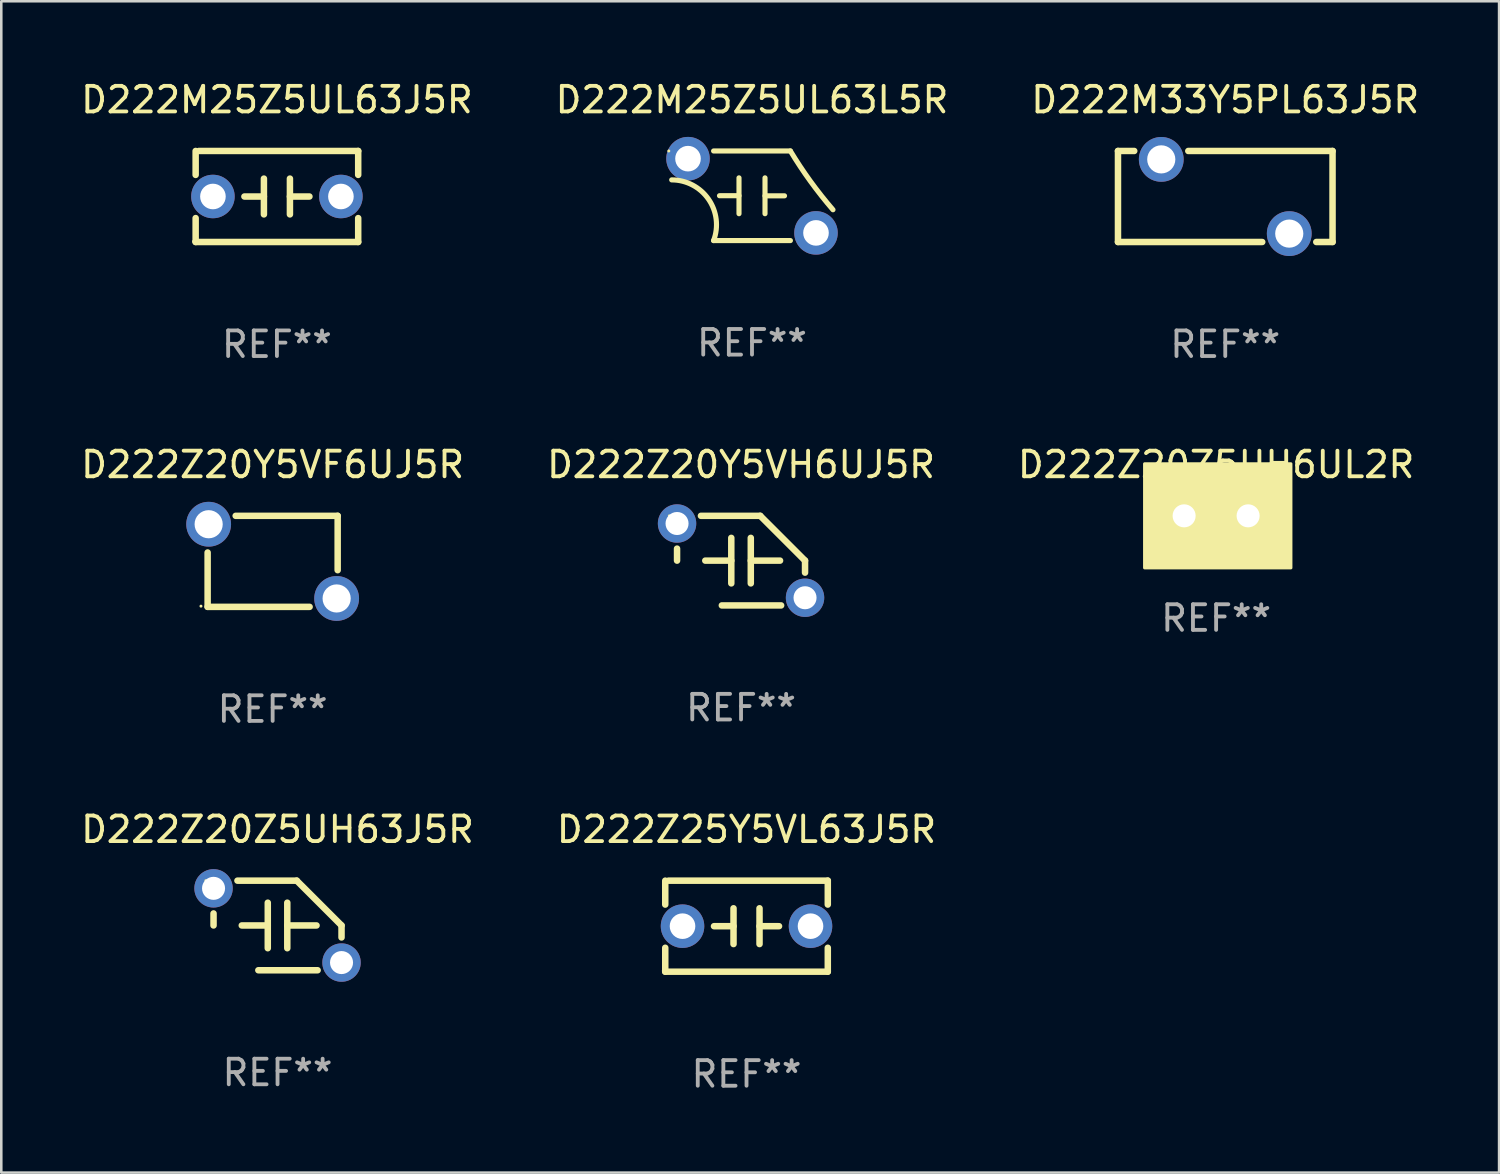
<source format=kicad_pcb>
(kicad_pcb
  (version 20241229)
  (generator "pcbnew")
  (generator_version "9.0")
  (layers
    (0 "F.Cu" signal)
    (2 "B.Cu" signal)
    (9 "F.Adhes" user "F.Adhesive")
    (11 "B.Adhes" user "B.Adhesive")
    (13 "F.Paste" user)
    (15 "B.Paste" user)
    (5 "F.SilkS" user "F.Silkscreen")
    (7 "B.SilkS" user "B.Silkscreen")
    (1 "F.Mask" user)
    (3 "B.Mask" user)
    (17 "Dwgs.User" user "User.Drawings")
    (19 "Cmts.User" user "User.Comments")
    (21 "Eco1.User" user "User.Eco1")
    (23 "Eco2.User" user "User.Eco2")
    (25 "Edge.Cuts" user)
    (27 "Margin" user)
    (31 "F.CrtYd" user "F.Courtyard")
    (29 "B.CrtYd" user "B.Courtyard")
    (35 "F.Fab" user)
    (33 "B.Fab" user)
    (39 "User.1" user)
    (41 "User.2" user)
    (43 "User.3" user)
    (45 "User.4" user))
  (footprint "D222M33Y5PL63J5R"
    (layer "F.Cu")
    (at 44.815 4.626)
    (property "Reference" "D222M33Y5PL63J5R" (at 0 -3.778 0) (layer "F.SilkS") (effects (font (size 1 1) (thickness 0.15))))
    (attr through_hole)
    (fp_line (start -4.191 -1.778) (end -3.556 -1.778) (stroke (width 0.254) (type solid)) (layer "F.SilkS"))
    (fp_line (start -4.191 1.778) (end -4.191 -1.778) (stroke (width 0.254) (type solid)) (layer "F.SilkS"))
    (fp_line (start -1.444 -1.778) (end 4.191 -1.778) (stroke (width 0.254) (type solid)) (layer "F.SilkS"))
    (fp_line (start 1.444 1.778) (end -4.191 1.778) (stroke (width 0.254) (type solid)) (layer "F.SilkS"))
    (fp_line (start 4.191 -1.778) (end 4.191 1.778) (stroke (width 0.254) (type solid)) (layer "F.SilkS"))
    (fp_line (start 4.191 1.778) (end 3.556 1.778) (stroke (width 0.254) (type solid)) (layer "F.SilkS"))
    (fp_circle (center -4.25 1.75) (end -4.22 1.75) (stroke (width 0.06) (type solid)) (fill no) (layer "F.SilkS"))
    (fp_text user "REF**" (at 0 5.778 0) (layer "F.Fab") (effects (font (size 1 1) (thickness 0.15))))
    (pad "1" thru_hole circle (at -2.5 -1.45) (size 1.75 1.75) (drill 1.1) (layers "*.Cu" "*.Mask"))
    (pad "2" thru_hole circle (at 2.5 1.45) (size 1.75 1.75) (drill 1.1) (layers "*.Cu" "*.Mask")))
  (footprint "D222Z20Z5UH6UL2R"
    (layer "F.Cu")
    (at 44.458 17.101)
    (property "Reference" "D222Z20Z5UH6UL2R" (at 0 -2 0) (layer "F.SilkS") (effects (font (size 1 1) (thickness 0.15))))
    (attr through_hole)
    (fp_circle (center -2.5 1.75) (end -2.47 1.75) (stroke (width 0.06) (type solid)) (fill no) (layer "F.SilkS"))
    (fp_poly (pts (xy -2.794 -2.032) (xy 2.921 -2.032) (xy 2.921 2.032) (xy -2.794 2.032)) (stroke (width 0.12) (type solid)) (fill yes) (layer "F.SilkS"))
    (fp_text user "REF**" (at 0 4 0) (layer "F.Fab") (effects (font (size 1 1) (thickness 0.15))))
    (pad "1" thru_hole circle (at -1.25 0) (size 1.5 1.5) (drill 0.9) (layers "*.Cu" "*.Mask"))
    (pad "2" thru_hole circle (at 1.25 0) (size 1.5 1.5) (drill 0.9) (layers "*.Cu" "*.Mask")))
  (footprint "D222Z20Y5VH6UJ5R"
    (layer "F.Cu")
    (at 25.899 18.851)
    (property "Reference" "D222Z20Y5VH6UJ5R" (at 0 -3.75 0) (layer "F.SilkS") (effects (font (size 1 1) (thickness 0.15))))
    (attr through_hole)
    (fp_line (start -2.5 0) (end -2.5 -0.469) (stroke (width 0.254) (type solid)) (layer "F.SilkS"))
    (fp_line (start -1.397 0) (end -0.381 0) (stroke (width 0.254) (type solid)) (layer "F.SilkS"))
    (fp_line (start -0.75 1.75) (end 1.566 1.75) (stroke (width 0.254) (type solid)) (layer "F.SilkS"))
    (fp_line (start -0.381 -0.889) (end -0.381 0.889) (stroke (width 0.254) (type solid)) (layer "F.SilkS"))
    (fp_line (start 0.381 -0.889) (end 0.381 0.889) (stroke (width 0.254) (type solid)) (layer "F.SilkS"))
    (fp_line (start 0.75 -1.75) (end -1.566 -1.75) (stroke (width 0.254) (type solid)) (layer "F.SilkS"))
    (fp_line (start 1.524 0) (end 0.381 0) (stroke (width 0.254) (type solid)) (layer "F.SilkS"))
    (fp_line (start 2.5 0) (end 2.5 0.469) (stroke (width 0.254) (type solid)) (layer "F.SilkS"))
    (fp_arc (start -2.499962 0) (mid 2.499984 -0.000022) (end -2.499962 0) (stroke (width 0.254001) (type solid)) (layer "F.SilkS"))
    (fp_arc (start 2.500013 0) (mid 1.623463 -0.873464) (end 0.749999 -1.750014) (stroke (width 0.254001) (type solid)) (layer "F.SilkS"))
    (fp_circle (center -2.8 -1.75) (end -2.77 -1.75) (stroke (width 0.06) (type solid)) (fill no) (layer "F.SilkS"))
    (fp_text user "REF**" (at 0 5.75 0) (layer "F.Fab") (effects (font (size 1 1) (thickness 0.15))))
    (pad "1" thru_hole circle (at -2.5 -1.45) (size 1.5 1.5) (drill 0.9) (layers "*.Cu" "*.Mask"))
    (pad "2" thru_hole circle (at 2.5 1.45) (size 1.5 1.5) (drill 0.9) (layers "*.Cu" "*.Mask")))
  (footprint "D222M25Z5UL63J5R"
    (layer "F.Cu")
    (at 7.768 4.626)
    (property "Reference" "D222M25Z5UL63J5R" (at 0 -3.778 0) (layer "F.SilkS") (effects (font (size 1 1) (thickness 0.15))))
    (attr through_hole)
    (fp_line (start -3.175 -1.778) (end -3.175 -0.844) (stroke (width 0.254) (type solid)) (layer "F.SilkS"))
    (fp_line (start -3.175 0.844) (end -3.175 1.778) (stroke (width 0.254) (type solid)) (layer "F.SilkS"))
    (fp_line (start -3.175 1.778) (end 3.175 1.778) (stroke (width 0.254) (type solid)) (layer "F.SilkS"))
    (fp_line (start -0.508 -0.699) (end -0.508 0.699) (stroke (width 0.254) (type solid)) (layer "F.SilkS"))
    (fp_line (start -0.508 0.001) (end -1.27 0.001) (stroke (width 0.254) (type solid)) (layer "F.SilkS"))
    (fp_line (start 0.508 0.001) (end 1.27 0.001) (stroke (width 0.254) (type solid)) (layer "F.SilkS"))
    (fp_line (start 0.508 0.699) (end 0.508 -0.699) (stroke (width 0.254) (type solid)) (layer "F.SilkS"))
    (fp_line (start 3.175 -1.778) (end -3.048 -1.778) (stroke (width 0.254) (type solid)) (layer "F.SilkS"))
    (fp_line (start 3.175 -0.844) (end 3.175 -1.778) (stroke (width 0.254) (type solid)) (layer "F.SilkS"))
    (fp_line (start 3.175 1.778) (end 3.175 0.844) (stroke (width 0.254) (type solid)) (layer "F.SilkS"))
    (fp_circle (center -3.25 1.75) (end -3.22 1.75) (stroke (width 0.06) (type solid)) (fill no) (layer "F.SilkS"))
    (fp_text user "REF**" (at 0 5.778 0) (layer "F.Fab") (effects (font (size 1 1) (thickness 0.15))))
    (pad "1" thru_hole circle (at -2.5 0) (size 1.7 1.7) (drill 1) (layers "*.Cu" "*.Mask"))
    (pad "2" thru_hole circle (at 2.5 0) (size 1.7 1.7) (drill 1) (layers "*.Cu" "*.Mask")))
  (footprint "D222M25Z5UL63L5R"
    (layer "F.Cu")
    (at 26.327 4.598)
    (property "Reference" "D222M25Z5UL63L5R" (at 0 -3.75 0) (layer "F.SilkS") (effects (font (size 1 1) (thickness 0.15))))
    (attr through_hole)
    (fp_line (start -1.5 1.75) (end 1.5 1.75) (stroke (width 0.2) (type solid)) (layer "F.SilkS"))
    (fp_line (start -0.508 -0.002) (end -1.27 -0.002) (stroke (width 0.2) (type solid)) (layer "F.SilkS"))
    (fp_line (start -0.508 0.7) (end -0.508 -0.7) (stroke (width 0.2) (type solid)) (layer "F.SilkS"))
    (fp_line (start 0.508 -0.7) (end 0.508 0.7) (stroke (width 0.2) (type solid)) (layer "F.SilkS"))
    (fp_line (start 0.508 0.002) (end 1.27 0.002) (stroke (width 0.2) (type solid)) (layer "F.SilkS"))
    (fp_line (start 1.5 -1.75) (end -1.5 -1.75) (stroke (width 0.2) (type solid)) (layer "F.SilkS"))
    (fp_arc (start -3.136906 -0.620549) (mid -1.697057 0.135649) (end -1.5 1.750013) (stroke (width 0.2) (type solid)) (layer "F.SilkS"))
    (fp_arc (start 3.163322 0.545847) (mid 2.283076 -0.566884) (end 1.5 -1.750013) (stroke (width 0.2) (type solid)) (layer "F.SilkS"))
    (fp_circle (center -3.25 -1.75) (end -3.22 -1.75) (stroke (width 0.06) (type solid)) (fill no) (layer "F.SilkS"))
    (fp_text user "REF**" (at 0 5.75 0) (layer "F.Fab") (effects (font (size 1 1) (thickness 0.15))))
    (pad "1" thru_hole circle (at -2.5 -1.45) (size 1.7 1.7) (drill 1) (layers "*.Cu" "*.Mask"))
    (pad "2" thru_hole circle (at 2.5 1.45) (size 1.7 1.7) (drill 1) (layers "*.Cu" "*.Mask")))
  (footprint "D222Z20Z5UH63J5R"
    (layer "F.Cu")
    (at 7.792 33.103)
    (property "Reference" "D222Z20Z5UH63J5R" (at 0 -3.75 0) (layer "F.SilkS") (effects (font (size 1 1) (thickness 0.15))))
    (attr through_hole)
    (fp_line (start -2.5 0) (end -2.5 -0.469) (stroke (width 0.254) (type solid)) (layer "F.SilkS"))
    (fp_line (start -1.397 0) (end -0.381 0) (stroke (width 0.254) (type solid)) (layer "F.SilkS"))
    (fp_line (start -0.75 1.75) (end 1.566 1.75) (stroke (width 0.254) (type solid)) (layer "F.SilkS"))
    (fp_line (start -0.381 -0.889) (end -0.381 0.889) (stroke (width 0.254) (type solid)) (layer "F.SilkS"))
    (fp_line (start 0.381 -0.889) (end 0.381 0.889) (stroke (width 0.254) (type solid)) (layer "F.SilkS"))
    (fp_line (start 0.75 -1.75) (end -1.566 -1.75) (stroke (width 0.254) (type solid)) (layer "F.SilkS"))
    (fp_line (start 1.524 0) (end 0.381 0) (stroke (width 0.254) (type solid)) (layer "F.SilkS"))
    (fp_line (start 2.5 0) (end 2.5 0.469) (stroke (width 0.254) (type solid)) (layer "F.SilkS"))
    (fp_arc (start -2.499962 0) (mid 2.499984 -0.000022) (end -2.499962 0) (stroke (width 0.254001) (type solid)) (layer "F.SilkS"))
    (fp_arc (start 2.500013 0) (mid 1.623463 -0.873464) (end 0.749999 -1.750014) (stroke (width 0.254001) (type solid)) (layer "F.SilkS"))
    (fp_circle (center -2.8 -1.75) (end -2.77 -1.75) (stroke (width 0.06) (type solid)) (fill no) (layer "F.SilkS"))
    (fp_text user "REF**" (at 0 5.75 0) (layer "F.Fab") (effects (font (size 1 1) (thickness 0.15))))
    (pad "1" thru_hole circle (at -2.5 -1.45) (size 1.5 1.5) (drill 0.9) (layers "*.Cu" "*.Mask"))
    (pad "2" thru_hole circle (at 2.5 1.45) (size 1.5 1.5) (drill 0.9) (layers "*.Cu" "*.Mask")))
  (footprint "D222Z25Y5VL63J5R"
    (layer "F.Cu")
    (at 26.113 33.131)
    (property "Reference" "D222Z25Y5VL63J5R" (at 0 -3.778 0) (layer "F.SilkS") (effects (font (size 1 1) (thickness 0.15))))
    (attr through_hole)
    (fp_line (start -3.175 -1.778) (end -3.175 -0.844) (stroke (width 0.254) (type solid)) (layer "F.SilkS"))
    (fp_line (start -3.175 0.844) (end -3.175 1.778) (stroke (width 0.254) (type solid)) (layer "F.SilkS"))
    (fp_line (start -3.175 1.778) (end 3.175 1.778) (stroke (width 0.254) (type solid)) (layer "F.SilkS"))
    (fp_line (start -0.508 -0.699) (end -0.508 0.699) (stroke (width 0.254) (type solid)) (layer "F.SilkS"))
    (fp_line (start -0.508 0.001) (end -1.27 0.001) (stroke (width 0.254) (type solid)) (layer "F.SilkS"))
    (fp_line (start 0.508 0.001) (end 1.27 0.001) (stroke (width 0.254) (type solid)) (layer "F.SilkS"))
    (fp_line (start 0.508 0.699) (end 0.508 -0.699) (stroke (width 0.254) (type solid)) (layer "F.SilkS"))
    (fp_line (start 3.175 -1.778) (end -3.048 -1.778) (stroke (width 0.254) (type solid)) (layer "F.SilkS"))
    (fp_line (start 3.175 -0.844) (end 3.175 -1.778) (stroke (width 0.254) (type solid)) (layer "F.SilkS"))
    (fp_line (start 3.175 1.778) (end 3.175 0.844) (stroke (width 0.254) (type solid)) (layer "F.SilkS"))
    (fp_circle (center -3.25 1.75) (end -3.22 1.75) (stroke (width 0.06) (type solid)) (fill no) (layer "F.SilkS"))
    (fp_text user "REF**" (at 0 5.778 0) (layer "F.Fab") (effects (font (size 1 1) (thickness 0.15))))
    (pad "1" thru_hole circle (at -2.5 0) (size 1.7 1.7) (drill 1) (layers "*.Cu" "*.Mask"))
    (pad "2" thru_hole circle (at 2.5 0) (size 1.7 1.7) (drill 1) (layers "*.Cu" "*.Mask")))
  (footprint "D222Z20Y5VF6UJ5R"
    (layer "F.Cu")
    (at 7.601 18.879)
    (property "Reference" "D222Z20Y5VF6UJ5R" (at 0 -3.778 0) (layer "F.SilkS") (effects (font (size 1 1) (thickness 0.15))))
    (attr through_hole)
    (fp_line (start -2.54 1.778) (end -2.54 -0.345) (stroke (width 0.254) (type solid)) (layer "F.SilkS"))
    (fp_line (start 1.444 1.778) (end -2.54 1.778) (stroke (width 0.254) (type solid)) (layer "F.SilkS"))
    (fp_line (start 2.54 -1.778) (end -1.444 -1.778) (stroke (width 0.254) (type solid)) (layer "F.SilkS"))
    (fp_line (start 2.54 -1.778) (end 2.54 0.345) (stroke (width 0.254) (type solid)) (layer "F.SilkS"))
    (fp_circle (center -2.8 1.75) (end -2.77 1.75) (stroke (width 0.06) (type solid)) (fill no) (layer "F.SilkS"))
    (fp_text user "REF**" (at 0 5.778 0) (layer "F.Fab") (effects (font (size 1 1) (thickness 0.15))))
    (pad "1" thru_hole circle (at -2.5 -1.45) (size 1.75 1.75) (drill 1.1) (layers "*.Cu" "*.Mask"))
    (pad "2" thru_hole circle (at 2.5 1.45) (size 1.75 1.75) (drill 1.1) (layers "*.Cu" "*.Mask")))
  (gr_rect
    (start -3 -3)
    (end 55.512 42.758)
    (stroke (width 0.1) (type default))
    (fill no)
    (layer "Edge.Cuts")))
</source>
